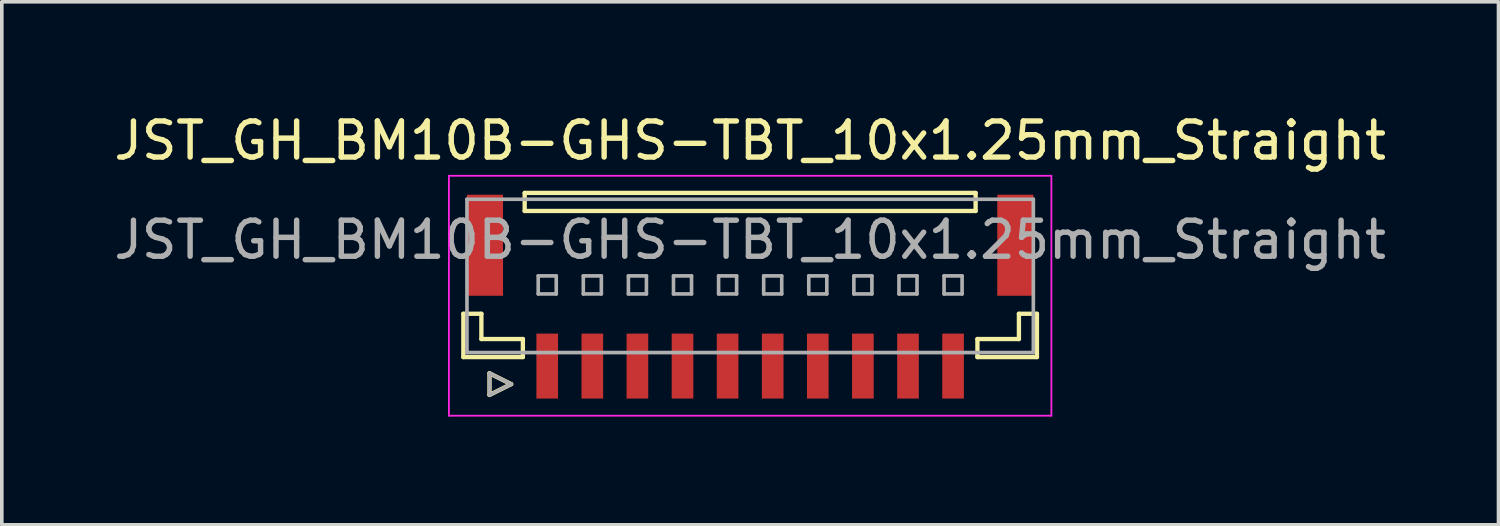
<source format=kicad_pcb>
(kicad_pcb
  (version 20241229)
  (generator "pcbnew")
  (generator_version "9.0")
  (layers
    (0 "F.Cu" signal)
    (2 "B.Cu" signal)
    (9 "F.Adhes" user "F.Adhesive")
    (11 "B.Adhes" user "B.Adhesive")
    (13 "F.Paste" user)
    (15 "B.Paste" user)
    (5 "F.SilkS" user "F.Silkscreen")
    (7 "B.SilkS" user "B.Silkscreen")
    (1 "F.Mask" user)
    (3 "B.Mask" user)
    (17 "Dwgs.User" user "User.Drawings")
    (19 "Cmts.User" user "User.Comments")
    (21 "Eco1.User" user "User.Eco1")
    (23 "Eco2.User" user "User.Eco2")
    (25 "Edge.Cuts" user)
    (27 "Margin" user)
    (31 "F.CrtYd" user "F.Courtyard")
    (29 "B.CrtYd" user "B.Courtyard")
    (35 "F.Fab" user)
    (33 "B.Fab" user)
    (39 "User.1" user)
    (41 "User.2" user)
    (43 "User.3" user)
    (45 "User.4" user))
  (footprint "JST_GH_BM10B-GHS-TBT_10x1.25mm_Straight"
    (layer "F.Cu")
    (at 17.744 5.423)
    (property "Reference" "JST_GH_BM10B-GHS-TBT_10x1.25mm_Straight" (at 0 -4.575 0) (layer "F.SilkS") (effects (font (size 1 1) (thickness 0.15))))
    (attr smd)
    (fp_line (start -7.95 0.225) (end -7.95 1.425) (stroke (width 0.12) (type solid)) (layer "F.SilkS"))
    (fp_line (start -7.95 1.425) (end -6.3 1.425) (stroke (width 0.12) (type solid)) (layer "F.SilkS"))
    (fp_line (start -7.45 0.225) (end -7.95 0.225) (stroke (width 0.12) (type solid)) (layer "F.SilkS"))
    (fp_line (start -7.45 0.925) (end -7.45 0.225) (stroke (width 0.12) (type solid)) (layer "F.SilkS"))
    (fp_line (start -7.225 1.875) (end -6.625 2.175) (stroke (width 0.12) (type solid)) (layer "F.SilkS"))
    (fp_line (start -7.225 2.475) (end -7.225 1.875) (stroke (width 0.12) (type solid)) (layer "F.SilkS"))
    (fp_line (start -6.625 2.175) (end -7.225 2.475) (stroke (width 0.12) (type solid)) (layer "F.SilkS"))
    (fp_line (start -6.3 0.925) (end -7.45 0.925) (stroke (width 0.12) (type solid)) (layer "F.SilkS"))
    (fp_line (start -6.3 1.425) (end -6.3 0.925) (stroke (width 0.12) (type solid)) (layer "F.SilkS"))
    (fp_line (start -6.25 -3.125) (end 6.25 -3.125) (stroke (width 0.12) (type solid)) (layer "F.SilkS"))
    (fp_line (start -6.25 -2.625) (end -6.25 -3.125) (stroke (width 0.12) (type solid)) (layer "F.SilkS"))
    (fp_line (start 6.25 -3.125) (end 6.25 -2.625) (stroke (width 0.12) (type solid)) (layer "F.SilkS"))
    (fp_line (start 6.25 -2.625) (end -6.25 -2.625) (stroke (width 0.12) (type solid)) (layer "F.SilkS"))
    (fp_line (start 6.3 0.925) (end 7.45 0.925) (stroke (width 0.12) (type solid)) (layer "F.SilkS"))
    (fp_line (start 6.3 1.425) (end 6.3 0.925) (stroke (width 0.12) (type solid)) (layer "F.SilkS"))
    (fp_line (start 7.45 0.225) (end 7.95 0.225) (stroke (width 0.12) (type solid)) (layer "F.SilkS"))
    (fp_line (start 7.45 0.925) (end 7.45 0.225) (stroke (width 0.12) (type solid)) (layer "F.SilkS"))
    (fp_line (start 7.95 0.225) (end 7.95 1.425) (stroke (width 0.12) (type solid)) (layer "F.SilkS"))
    (fp_line (start 7.95 1.425) (end 6.3 1.425) (stroke (width 0.12) (type solid)) (layer "F.SilkS"))
    (fp_line (start -8.35 -3.6) (end 8.35 -3.6) (stroke (width 0.05) (type solid)) (layer "F.CrtYd"))
    (fp_line (start -8.35 3.05) (end -8.35 -3.6) (stroke (width 0.05) (type solid)) (layer "F.CrtYd"))
    (fp_line (start 8.35 -3.6) (end 8.35 3.05) (stroke (width 0.05) (type solid)) (layer "F.CrtYd"))
    (fp_line (start 8.35 3.05) (end -8.35 3.05) (stroke (width 0.05) (type solid)) (layer "F.CrtYd"))
    (fp_line (start -7.85 -2.95) (end 7.85 -2.95) (stroke (width 0.1) (type solid)) (layer "F.Fab"))
    (fp_line (start -7.85 1.3) (end -7.85 -2.95) (stroke (width 0.1) (type solid)) (layer "F.Fab"))
    (fp_line (start -7.225 1.875) (end -6.625 2.175) (stroke (width 0.1) (type solid)) (layer "F.Fab"))
    (fp_line (start -7.225 2.475) (end -7.225 1.875) (stroke (width 0.1) (type solid)) (layer "F.Fab"))
    (fp_line (start -6.625 2.175) (end -7.225 2.475) (stroke (width 0.1) (type solid)) (layer "F.Fab"))
    (fp_line (start -5.875 -0.825) (end -5.375 -0.825) (stroke (width 0.1) (type solid)) (layer "F.Fab"))
    (fp_line (start -5.875 -0.325) (end -5.875 -0.825) (stroke (width 0.1) (type solid)) (layer "F.Fab"))
    (fp_line (start -5.375 -0.825) (end -5.375 -0.325) (stroke (width 0.1) (type solid)) (layer "F.Fab"))
    (fp_line (start -5.375 -0.325) (end -5.875 -0.325) (stroke (width 0.1) (type solid)) (layer "F.Fab"))
    (fp_line (start -4.625 -0.825) (end -4.125 -0.825) (stroke (width 0.1) (type solid)) (layer "F.Fab"))
    (fp_line (start -4.625 -0.325) (end -4.625 -0.825) (stroke (width 0.1) (type solid)) (layer "F.Fab"))
    (fp_line (start -4.125 -0.825) (end -4.125 -0.325) (stroke (width 0.1) (type solid)) (layer "F.Fab"))
    (fp_line (start -4.125 -0.325) (end -4.625 -0.325) (stroke (width 0.1) (type solid)) (layer "F.Fab"))
    (fp_line (start -3.375 -0.825) (end -2.875 -0.825) (stroke (width 0.1) (type solid)) (layer "F.Fab"))
    (fp_line (start -3.375 -0.325) (end -3.375 -0.825) (stroke (width 0.1) (type solid)) (layer "F.Fab"))
    (fp_line (start -2.875 -0.825) (end -2.875 -0.325) (stroke (width 0.1) (type solid)) (layer "F.Fab"))
    (fp_line (start -2.875 -0.325) (end -3.375 -0.325) (stroke (width 0.1) (type solid)) (layer "F.Fab"))
    (fp_line (start -2.125 -0.825) (end -1.625 -0.825) (stroke (width 0.1) (type solid)) (layer "F.Fab"))
    (fp_line (start -2.125 -0.325) (end -2.125 -0.825) (stroke (width 0.1) (type solid)) (layer "F.Fab"))
    (fp_line (start -1.625 -0.825) (end -1.625 -0.325) (stroke (width 0.1) (type solid)) (layer "F.Fab"))
    (fp_line (start -1.625 -0.325) (end -2.125 -0.325) (stroke (width 0.1) (type solid)) (layer "F.Fab"))
    (fp_line (start -0.875 -0.825) (end -0.375 -0.825) (stroke (width 0.1) (type solid)) (layer "F.Fab"))
    (fp_line (start -0.875 -0.325) (end -0.875 -0.825) (stroke (width 0.1) (type solid)) (layer "F.Fab"))
    (fp_line (start -0.375 -0.825) (end -0.375 -0.325) (stroke (width 0.1) (type solid)) (layer "F.Fab"))
    (fp_line (start -0.375 -0.325) (end -0.875 -0.325) (stroke (width 0.1) (type solid)) (layer "F.Fab"))
    (fp_line (start 0.375 -0.825) (end 0.875 -0.825) (stroke (width 0.1) (type solid)) (layer "F.Fab"))
    (fp_line (start 0.375 -0.325) (end 0.375 -0.825) (stroke (width 0.1) (type solid)) (layer "F.Fab"))
    (fp_line (start 0.875 -0.825) (end 0.875 -0.325) (stroke (width 0.1) (type solid)) (layer "F.Fab"))
    (fp_line (start 0.875 -0.325) (end 0.375 -0.325) (stroke (width 0.1) (type solid)) (layer "F.Fab"))
    (fp_line (start 1.625 -0.825) (end 2.125 -0.825) (stroke (width 0.1) (type solid)) (layer "F.Fab"))
    (fp_line (start 1.625 -0.325) (end 1.625 -0.825) (stroke (width 0.1) (type solid)) (layer "F.Fab"))
    (fp_line (start 2.125 -0.825) (end 2.125 -0.325) (stroke (width 0.1) (type solid)) (layer "F.Fab"))
    (fp_line (start 2.125 -0.325) (end 1.625 -0.325) (stroke (width 0.1) (type solid)) (layer "F.Fab"))
    (fp_line (start 2.875 -0.825) (end 3.375 -0.825) (stroke (width 0.1) (type solid)) (layer "F.Fab"))
    (fp_line (start 2.875 -0.325) (end 2.875 -0.825) (stroke (width 0.1) (type solid)) (layer "F.Fab"))
    (fp_line (start 3.375 -0.825) (end 3.375 -0.325) (stroke (width 0.1) (type solid)) (layer "F.Fab"))
    (fp_line (start 3.375 -0.325) (end 2.875 -0.325) (stroke (width 0.1) (type solid)) (layer "F.Fab"))
    (fp_line (start 4.125 -0.825) (end 4.625 -0.825) (stroke (width 0.1) (type solid)) (layer "F.Fab"))
    (fp_line (start 4.125 -0.325) (end 4.125 -0.825) (stroke (width 0.1) (type solid)) (layer "F.Fab"))
    (fp_line (start 4.625 -0.825) (end 4.625 -0.325) (stroke (width 0.1) (type solid)) (layer "F.Fab"))
    (fp_line (start 4.625 -0.325) (end 4.125 -0.325) (stroke (width 0.1) (type solid)) (layer "F.Fab"))
    (fp_line (start 5.375 -0.825) (end 5.875 -0.825) (stroke (width 0.1) (type solid)) (layer "F.Fab"))
    (fp_line (start 5.375 -0.325) (end 5.375 -0.825) (stroke (width 0.1) (type solid)) (layer "F.Fab"))
    (fp_line (start 5.875 -0.825) (end 5.875 -0.325) (stroke (width 0.1) (type solid)) (layer "F.Fab"))
    (fp_line (start 5.875 -0.325) (end 5.375 -0.325) (stroke (width 0.1) (type solid)) (layer "F.Fab"))
    (fp_line (start 7.85 -2.95) (end 7.85 1.3) (stroke (width 0.1) (type solid)) (layer "F.Fab"))
    (fp_line (start 7.85 1.3) (end -7.85 1.3) (stroke (width 0.1) (type solid)) (layer "F.Fab"))
    (fp_text user "${REFERENCE}" (at 0 -1.825 0) (layer "F.Fab") (effects (font (size 1 1) (thickness 0.15))))
    (pad "" smd rect (at -7.35 -1.675) (size 1 2.8) (layers "F.Cu" "F.Mask" "F.Paste"))
    (pad "" smd rect (at 7.35 -1.675) (size 1 2.8) (layers "F.Cu" "F.Mask" "F.Paste"))
    (pad "1" smd rect (at -5.625 1.675) (size 0.6 1.8) (layers "F.Cu" "F.Mask" "F.Paste"))
    (pad "2" smd rect (at -4.375 1.675) (size 0.6 1.8) (layers "F.Cu" "F.Mask" "F.Paste"))
    (pad "3" smd rect (at -3.125 1.675) (size 0.6 1.8) (layers "F.Cu" "F.Mask" "F.Paste"))
    (pad "4" smd rect (at -1.875 1.675) (size 0.6 1.8) (layers "F.Cu" "F.Mask" "F.Paste"))
    (pad "5" smd rect (at -0.625 1.675) (size 0.6 1.8) (layers "F.Cu" "F.Mask" "F.Paste"))
    (pad "6" smd rect (at 0.625 1.675) (size 0.6 1.8) (layers "F.Cu" "F.Mask" "F.Paste"))
    (pad "7" smd rect (at 1.875 1.675) (size 0.6 1.8) (layers "F.Cu" "F.Mask" "F.Paste"))
    (pad "8" smd rect (at 3.125 1.675) (size 0.6 1.8) (layers "F.Cu" "F.Mask" "F.Paste"))
    (pad "9" smd rect (at 4.375 1.675) (size 0.6 1.8) (layers "F.Cu" "F.Mask" "F.Paste"))
    (pad "10" smd rect (at 5.625 1.675) (size 0.6 1.8) (layers "F.Cu" "F.Mask" "F.Paste")))
  (gr_rect
    (start -3 -3)
    (end 38.488 11.498)
    (stroke (width 0.1) (type default))
    (fill no)
    (layer "Edge.Cuts")))
</source>
